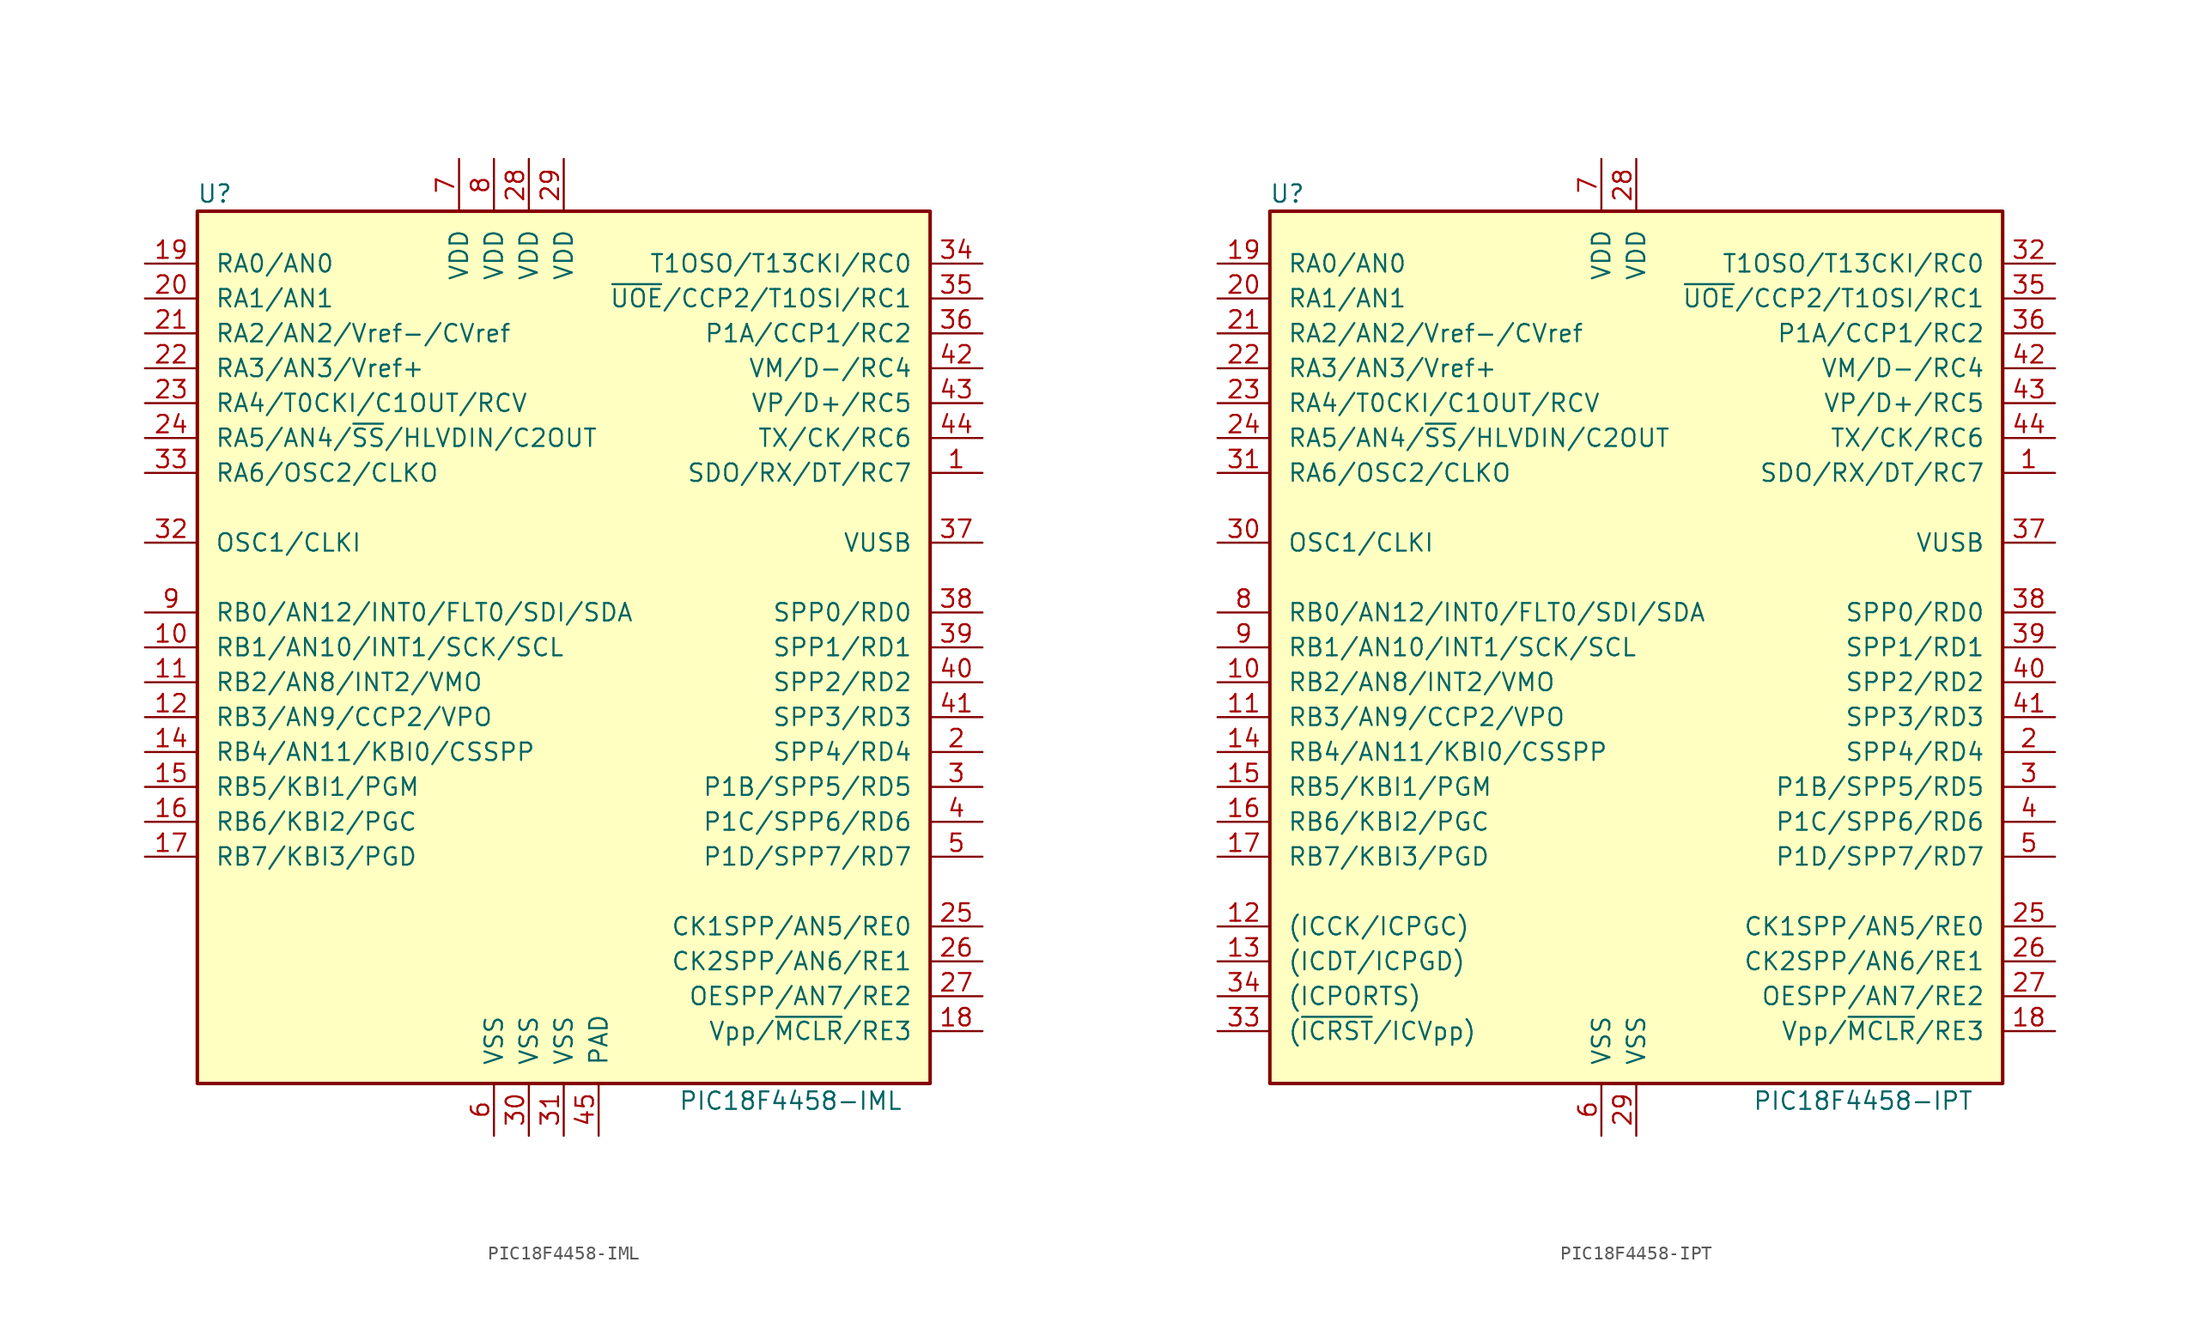
<source format=kicad_sym>
(kicad_symbol_lib
  (version 20201005)
  (generator kicad_symbol_editor)
  (symbol "PIC18F4458-IML"
    (pin_names
      (offset 1.27))
    (property "Reference" "U"
      (at -25.4 33.02 0)
      (effects (font (size 1.27 1.27))))
    (property "Value" "PIC18F4458-IML"
      (at 16.51 -33.02 0)
      (effects (font (size 1.27 1.27))))
    (symbol "PIC18F4458-IML_0_1"
      (rectangle (start -26.67 31.75) (end 26.67 -31.75) (stroke (width 0.254)) (fill (type background))))
    (symbol "PIC18F4458-IML_1_1"
      (pin bidirectional line (at 30.48 12.7 180) (length 3.81) (name "SDO/RX/DT/RC7" (effects (font (size 1.27 1.27)))) (number "1" (effects (font (size 1.27 1.27)))))
      (pin bidirectional line (at -30.48 0 0) (length 3.81) (name "RB1/AN10/INT1/SCK/SCL" (effects (font (size 1.27 1.27)))) (number "10" (effects (font (size 1.27 1.27)))))
      (pin bidirectional line (at -30.48 -2.54 0) (length 3.81) (name "RB2/AN8/INT2/VMO" (effects (font (size 1.27 1.27)))) (number "11" (effects (font (size 1.27 1.27)))))
      (pin bidirectional line (at -30.48 -5.08 0) (length 3.81) (name "RB3/AN9/CCP2/VPO" (effects (font (size 1.27 1.27)))) (number "12" (effects (font (size 1.27 1.27)))))
      (pin no_connect line (at -30.48 -27.94 0) (length 3.81) hide (name "NC" (effects (font (size 1.27 1.27)))) (number "13" (effects (font (size 1.27 1.27)))))
      (pin bidirectional line (at -30.48 -7.62 0) (length 3.81) (name "RB4/AN11/KBI0/CSSPP" (effects (font (size 1.27 1.27)))) (number "14" (effects (font (size 1.27 1.27)))))
      (pin bidirectional line (at -30.48 -10.16 0) (length 3.81) (name "RB5/KBI1/PGM" (effects (font (size 1.27 1.27)))) (number "15" (effects (font (size 1.27 1.27)))))
      (pin bidirectional line (at -30.48 -12.7 0) (length 3.81) (name "RB6/KBI2/PGC" (effects (font (size 1.27 1.27)))) (number "16" (effects (font (size 1.27 1.27)))))
      (pin bidirectional line (at -30.48 -15.24 0) (length 3.81) (name "RB7/KBI3/PGD" (effects (font (size 1.27 1.27)))) (number "17" (effects (font (size 1.27 1.27)))))
      (pin input line (at 30.48 -27.94 180) (length 3.81) (name "Vpp/~MCLR~/RE3" (effects (font (size 1.27 1.27)))) (number "18" (effects (font (size 1.27 1.27)))))
      (pin bidirectional line (at -30.48 27.94 0) (length 3.81) (name "RA0/AN0" (effects (font (size 1.27 1.27)))) (number "19" (effects (font (size 1.27 1.27)))))
      (pin bidirectional line (at 30.48 -7.62 180) (length 3.81) (name "SPP4/RD4" (effects (font (size 1.27 1.27)))) (number "2" (effects (font (size 1.27 1.27)))))
      (pin bidirectional line (at -30.48 25.4 0) (length 3.81) (name "RA1/AN1" (effects (font (size 1.27 1.27)))) (number "20" (effects (font (size 1.27 1.27)))))
      (pin bidirectional line (at -30.48 22.86 0) (length 3.81) (name "RA2/AN2/Vref-/CVref" (effects (font (size 1.27 1.27)))) (number "21" (effects (font (size 1.27 1.27)))))
      (pin bidirectional line (at -30.48 20.32 0) (length 3.81) (name "RA3/AN3/Vref+" (effects (font (size 1.27 1.27)))) (number "22" (effects (font (size 1.27 1.27)))))
      (pin bidirectional line (at -30.48 17.78 0) (length 3.81) (name "RA4/T0CKI/C1OUT/RCV" (effects (font (size 1.27 1.27)))) (number "23" (effects (font (size 1.27 1.27)))))
      (pin bidirectional line (at -30.48 15.24 0) (length 3.81) (name "RA5/AN4/~SS~/HLVDIN/C2OUT" (effects (font (size 1.27 1.27)))) (number "24" (effects (font (size 1.27 1.27)))))
      (pin bidirectional line (at 30.48 -20.32 180) (length 3.81) (name "CK1SPP/AN5/RE0" (effects (font (size 1.27 1.27)))) (number "25" (effects (font (size 1.27 1.27)))))
      (pin bidirectional line (at 30.48 -22.86 180) (length 3.81) (name "CK2SPP/AN6/RE1" (effects (font (size 1.27 1.27)))) (number "26" (effects (font (size 1.27 1.27)))))
      (pin bidirectional line (at 30.48 -25.4 180) (length 3.81) (name "OESPP/AN7/RE2" (effects (font (size 1.27 1.27)))) (number "27" (effects (font (size 1.27 1.27)))))
      (pin power_in line (at -2.54 35.56 270) (length 3.81) (name "VDD" (effects (font (size 1.27 1.27)))) (number "28" (effects (font (size 1.27 1.27)))))
      (pin power_in line (at 0 35.56 270) (length 3.81) (name "VDD" (effects (font (size 1.27 1.27)))) (number "29" (effects (font (size 1.27 1.27)))))
      (pin bidirectional line (at 30.48 -10.16 180) (length 3.81) (name "P1B/SPP5/RD5" (effects (font (size 1.27 1.27)))) (number "3" (effects (font (size 1.27 1.27)))))
      (pin power_in line (at -2.54 -35.56 90) (length 3.81) (name "VSS" (effects (font (size 1.27 1.27)))) (number "30" (effects (font (size 1.27 1.27)))))
      (pin power_in line (at 0 -35.56 90) (length 3.81) (name "VSS" (effects (font (size 1.27 1.27)))) (number "31" (effects (font (size 1.27 1.27)))))
      (pin input line (at -30.48 7.62 0) (length 3.81) (name "OSC1/CLKI" (effects (font (size 1.27 1.27)))) (number "32" (effects (font (size 1.27 1.27)))))
      (pin bidirectional line (at -30.48 12.7 0) (length 3.81) (name "RA6/OSC2/CLKO" (effects (font (size 1.27 1.27)))) (number "33" (effects (font (size 1.27 1.27)))))
      (pin bidirectional line (at 30.48 27.94 180) (length 3.81) (name "T1OSO/T13CKI/RC0" (effects (font (size 1.27 1.27)))) (number "34" (effects (font (size 1.27 1.27)))))
      (pin bidirectional line (at 30.48 25.4 180) (length 3.81) (name "~UOE~/CCP2/T1OSI/RC1" (effects (font (size 1.27 1.27)))) (number "35" (effects (font (size 1.27 1.27)))))
      (pin bidirectional line (at 30.48 22.86 180) (length 3.81) (name "P1A/CCP1/RC2" (effects (font (size 1.27 1.27)))) (number "36" (effects (font (size 1.27 1.27)))))
      (pin bidirectional line (at 30.48 7.62 180) (length 3.81) (name "VUSB" (effects (font (size 1.27 1.27)))) (number "37" (effects (font (size 1.27 1.27)))))
      (pin bidirectional line (at 30.48 2.54 180) (length 3.81) (name "SPP0/RD0" (effects (font (size 1.27 1.27)))) (number "38" (effects (font (size 1.27 1.27)))))
      (pin bidirectional line (at 30.48 0 180) (length 3.81) (name "SPP1/RD1" (effects (font (size 1.27 1.27)))) (number "39" (effects (font (size 1.27 1.27)))))
      (pin bidirectional line (at 30.48 -12.7 180) (length 3.81) (name "P1C/SPP6/RD6" (effects (font (size 1.27 1.27)))) (number "4" (effects (font (size 1.27 1.27)))))
      (pin bidirectional line (at 30.48 -2.54 180) (length 3.81) (name "SPP2/RD2" (effects (font (size 1.27 1.27)))) (number "40" (effects (font (size 1.27 1.27)))))
      (pin bidirectional line (at 30.48 -5.08 180) (length 3.81) (name "SPP3/RD3" (effects (font (size 1.27 1.27)))) (number "41" (effects (font (size 1.27 1.27)))))
      (pin bidirectional line (at 30.48 20.32 180) (length 3.81) (name "VM/D-/RC4" (effects (font (size 1.27 1.27)))) (number "42" (effects (font (size 1.27 1.27)))))
      (pin bidirectional line (at 30.48 17.78 180) (length 3.81) (name "VP/D+/RC5" (effects (font (size 1.27 1.27)))) (number "43" (effects (font (size 1.27 1.27)))))
      (pin bidirectional line (at 30.48 15.24 180) (length 3.81) (name "TX/CK/RC6" (effects (font (size 1.27 1.27)))) (number "44" (effects (font (size 1.27 1.27)))))
      (pin power_in line (at 2.54 -35.56 90) (length 3.81) (name "PAD" (effects (font (size 1.27 1.27)))) (number "45" (effects (font (size 1.27 1.27)))))
      (pin bidirectional line (at 30.48 -15.24 180) (length 3.81) (name "P1D/SPP7/RD7" (effects (font (size 1.27 1.27)))) (number "5" (effects (font (size 1.27 1.27)))))
      (pin power_in line (at -5.08 -35.56 90) (length 3.81) (name "VSS" (effects (font (size 1.27 1.27)))) (number "6" (effects (font (size 1.27 1.27)))))
      (pin power_in line (at -7.62 35.56 270) (length 3.81) (name "VDD" (effects (font (size 1.27 1.27)))) (number "7" (effects (font (size 1.27 1.27)))))
      (pin power_in line (at -5.08 35.56 270) (length 3.81) (name "VDD" (effects (font (size 1.27 1.27)))) (number "8" (effects (font (size 1.27 1.27)))))
      (pin bidirectional line (at -30.48 2.54 0) (length 3.81) (name "RB0/AN12/INT0/FLT0/SDI/SDA" (effects (font (size 1.27 1.27)))) (number "9" (effects (font (size 1.27 1.27)))))))
  (symbol "PIC18F4458-IPT"
    (pin_names
      (offset 1.27))
    (property "Reference" "U"
      (at -25.4 33.02 0)
      (effects (font (size 1.27 1.27))))
    (property "Value" "PIC18F4458-IPT"
      (at 16.51 -33.02 0)
      (effects (font (size 1.27 1.27))))
    (symbol "PIC18F4458-IPT_0_1"
      (rectangle (start -26.67 31.75) (end 26.67 -31.75) (stroke (width 0.254)) (fill (type background))))
    (symbol "PIC18F4458-IPT_1_1"
      (pin bidirectional line (at 30.48 12.7 180) (length 3.81) (name "SDO/RX/DT/RC7" (effects (font (size 1.27 1.27)))) (number "1" (effects (font (size 1.27 1.27)))))
      (pin bidirectional line (at -30.48 -2.54 0) (length 3.81) (name "RB2/AN8/INT2/VMO" (effects (font (size 1.27 1.27)))) (number "10" (effects (font (size 1.27 1.27)))))
      (pin bidirectional line (at -30.48 -5.08 0) (length 3.81) (name "RB3/AN9/CCP2/VPO" (effects (font (size 1.27 1.27)))) (number "11" (effects (font (size 1.27 1.27)))))
      (pin bidirectional line (at -30.48 -20.32 0) (length 3.81) (name "(ICCK/ICPGC)" (effects (font (size 1.27 1.27)))) (number "12" (effects (font (size 1.27 1.27)))))
      (pin bidirectional line (at -30.48 -22.86 0) (length 3.81) (name "(ICDT/ICPGD)" (effects (font (size 1.27 1.27)))) (number "13" (effects (font (size 1.27 1.27)))))
      (pin bidirectional line (at -30.48 -7.62 0) (length 3.81) (name "RB4/AN11/KBI0/CSSPP" (effects (font (size 1.27 1.27)))) (number "14" (effects (font (size 1.27 1.27)))))
      (pin bidirectional line (at -30.48 -10.16 0) (length 3.81) (name "RB5/KBI1/PGM" (effects (font (size 1.27 1.27)))) (number "15" (effects (font (size 1.27 1.27)))))
      (pin bidirectional line (at -30.48 -12.7 0) (length 3.81) (name "RB6/KBI2/PGC" (effects (font (size 1.27 1.27)))) (number "16" (effects (font (size 1.27 1.27)))))
      (pin bidirectional line (at -30.48 -15.24 0) (length 3.81) (name "RB7/KBI3/PGD" (effects (font (size 1.27 1.27)))) (number "17" (effects (font (size 1.27 1.27)))))
      (pin input line (at 30.48 -27.94 180) (length 3.81) (name "Vpp/~MCLR~/RE3" (effects (font (size 1.27 1.27)))) (number "18" (effects (font (size 1.27 1.27)))))
      (pin bidirectional line (at -30.48 27.94 0) (length 3.81) (name "RA0/AN0" (effects (font (size 1.27 1.27)))) (number "19" (effects (font (size 1.27 1.27)))))
      (pin bidirectional line (at 30.48 -7.62 180) (length 3.81) (name "SPP4/RD4" (effects (font (size 1.27 1.27)))) (number "2" (effects (font (size 1.27 1.27)))))
      (pin bidirectional line (at -30.48 25.4 0) (length 3.81) (name "RA1/AN1" (effects (font (size 1.27 1.27)))) (number "20" (effects (font (size 1.27 1.27)))))
      (pin bidirectional line (at -30.48 22.86 0) (length 3.81) (name "RA2/AN2/Vref-/CVref" (effects (font (size 1.27 1.27)))) (number "21" (effects (font (size 1.27 1.27)))))
      (pin bidirectional line (at -30.48 20.32 0) (length 3.81) (name "RA3/AN3/Vref+" (effects (font (size 1.27 1.27)))) (number "22" (effects (font (size 1.27 1.27)))))
      (pin bidirectional line (at -30.48 17.78 0) (length 3.81) (name "RA4/T0CKI/C1OUT/RCV" (effects (font (size 1.27 1.27)))) (number "23" (effects (font (size 1.27 1.27)))))
      (pin bidirectional line (at -30.48 15.24 0) (length 3.81) (name "RA5/AN4/~SS~/HLVDIN/C2OUT" (effects (font (size 1.27 1.27)))) (number "24" (effects (font (size 1.27 1.27)))))
      (pin bidirectional line (at 30.48 -20.32 180) (length 3.81) (name "CK1SPP/AN5/RE0" (effects (font (size 1.27 1.27)))) (number "25" (effects (font (size 1.27 1.27)))))
      (pin bidirectional line (at 30.48 -22.86 180) (length 3.81) (name "CK2SPP/AN6/RE1" (effects (font (size 1.27 1.27)))) (number "26" (effects (font (size 1.27 1.27)))))
      (pin bidirectional line (at 30.48 -25.4 180) (length 3.81) (name "OESPP/AN7/RE2" (effects (font (size 1.27 1.27)))) (number "27" (effects (font (size 1.27 1.27)))))
      (pin power_in line (at 0 35.56 270) (length 3.81) (name "VDD" (effects (font (size 1.27 1.27)))) (number "28" (effects (font (size 1.27 1.27)))))
      (pin power_in line (at 0 -35.56 90) (length 3.81) (name "VSS" (effects (font (size 1.27 1.27)))) (number "29" (effects (font (size 1.27 1.27)))))
      (pin bidirectional line (at 30.48 -10.16 180) (length 3.81) (name "P1B/SPP5/RD5" (effects (font (size 1.27 1.27)))) (number "3" (effects (font (size 1.27 1.27)))))
      (pin input line (at -30.48 7.62 0) (length 3.81) (name "OSC1/CLKI" (effects (font (size 1.27 1.27)))) (number "30" (effects (font (size 1.27 1.27)))))
      (pin bidirectional line (at -30.48 12.7 0) (length 3.81) (name "RA6/OSC2/CLKO" (effects (font (size 1.27 1.27)))) (number "31" (effects (font (size 1.27 1.27)))))
      (pin bidirectional line (at 30.48 27.94 180) (length 3.81) (name "T1OSO/T13CKI/RC0" (effects (font (size 1.27 1.27)))) (number "32" (effects (font (size 1.27 1.27)))))
      (pin input line (at -30.48 -27.94 0) (length 3.81) (name "(~ICRST~/ICVpp)" (effects (font (size 1.27 1.27)))) (number "33" (effects (font (size 1.27 1.27)))))
      (pin input line (at -30.48 -25.4 0) (length 3.81) (name "(ICPORTS)" (effects (font (size 1.27 1.27)))) (number "34" (effects (font (size 1.27 1.27)))))
      (pin bidirectional line (at 30.48 25.4 180) (length 3.81) (name "~UOE~/CCP2/T1OSI/RC1" (effects (font (size 1.27 1.27)))) (number "35" (effects (font (size 1.27 1.27)))))
      (pin bidirectional line (at 30.48 22.86 180) (length 3.81) (name "P1A/CCP1/RC2" (effects (font (size 1.27 1.27)))) (number "36" (effects (font (size 1.27 1.27)))))
      (pin bidirectional line (at 30.48 7.62 180) (length 3.81) (name "VUSB" (effects (font (size 1.27 1.27)))) (number "37" (effects (font (size 1.27 1.27)))))
      (pin bidirectional line (at 30.48 2.54 180) (length 3.81) (name "SPP0/RD0" (effects (font (size 1.27 1.27)))) (number "38" (effects (font (size 1.27 1.27)))))
      (pin bidirectional line (at 30.48 0 180) (length 3.81) (name "SPP1/RD1" (effects (font (size 1.27 1.27)))) (number "39" (effects (font (size 1.27 1.27)))))
      (pin bidirectional line (at 30.48 -12.7 180) (length 3.81) (name "P1C/SPP6/RD6" (effects (font (size 1.27 1.27)))) (number "4" (effects (font (size 1.27 1.27)))))
      (pin bidirectional line (at 30.48 -2.54 180) (length 3.81) (name "SPP2/RD2" (effects (font (size 1.27 1.27)))) (number "40" (effects (font (size 1.27 1.27)))))
      (pin bidirectional line (at 30.48 -5.08 180) (length 3.81) (name "SPP3/RD3" (effects (font (size 1.27 1.27)))) (number "41" (effects (font (size 1.27 1.27)))))
      (pin bidirectional line (at 30.48 20.32 180) (length 3.81) (name "VM/D-/RC4" (effects (font (size 1.27 1.27)))) (number "42" (effects (font (size 1.27 1.27)))))
      (pin bidirectional line (at 30.48 17.78 180) (length 3.81) (name "VP/D+/RC5" (effects (font (size 1.27 1.27)))) (number "43" (effects (font (size 1.27 1.27)))))
      (pin bidirectional line (at 30.48 15.24 180) (length 3.81) (name "TX/CK/RC6" (effects (font (size 1.27 1.27)))) (number "44" (effects (font (size 1.27 1.27)))))
      (pin bidirectional line (at 30.48 -15.24 180) (length 3.81) (name "P1D/SPP7/RD7" (effects (font (size 1.27 1.27)))) (number "5" (effects (font (size 1.27 1.27)))))
      (pin power_in line (at -2.54 -35.56 90) (length 3.81) (name "VSS" (effects (font (size 1.27 1.27)))) (number "6" (effects (font (size 1.27 1.27)))))
      (pin power_in line (at -2.54 35.56 270) (length 3.81) (name "VDD" (effects (font (size 1.27 1.27)))) (number "7" (effects (font (size 1.27 1.27)))))
      (pin bidirectional line (at -30.48 2.54 0) (length 3.81) (name "RB0/AN12/INT0/FLT0/SDI/SDA" (effects (font (size 1.27 1.27)))) (number "8" (effects (font (size 1.27 1.27)))))
      (pin bidirectional line (at -30.48 0 0) (length 3.81) (name "RB1/AN10/INT1/SCK/SCL" (effects (font (size 1.27 1.27)))) (number "9" (effects (font (size 1.27 1.27))))))))
</source>
